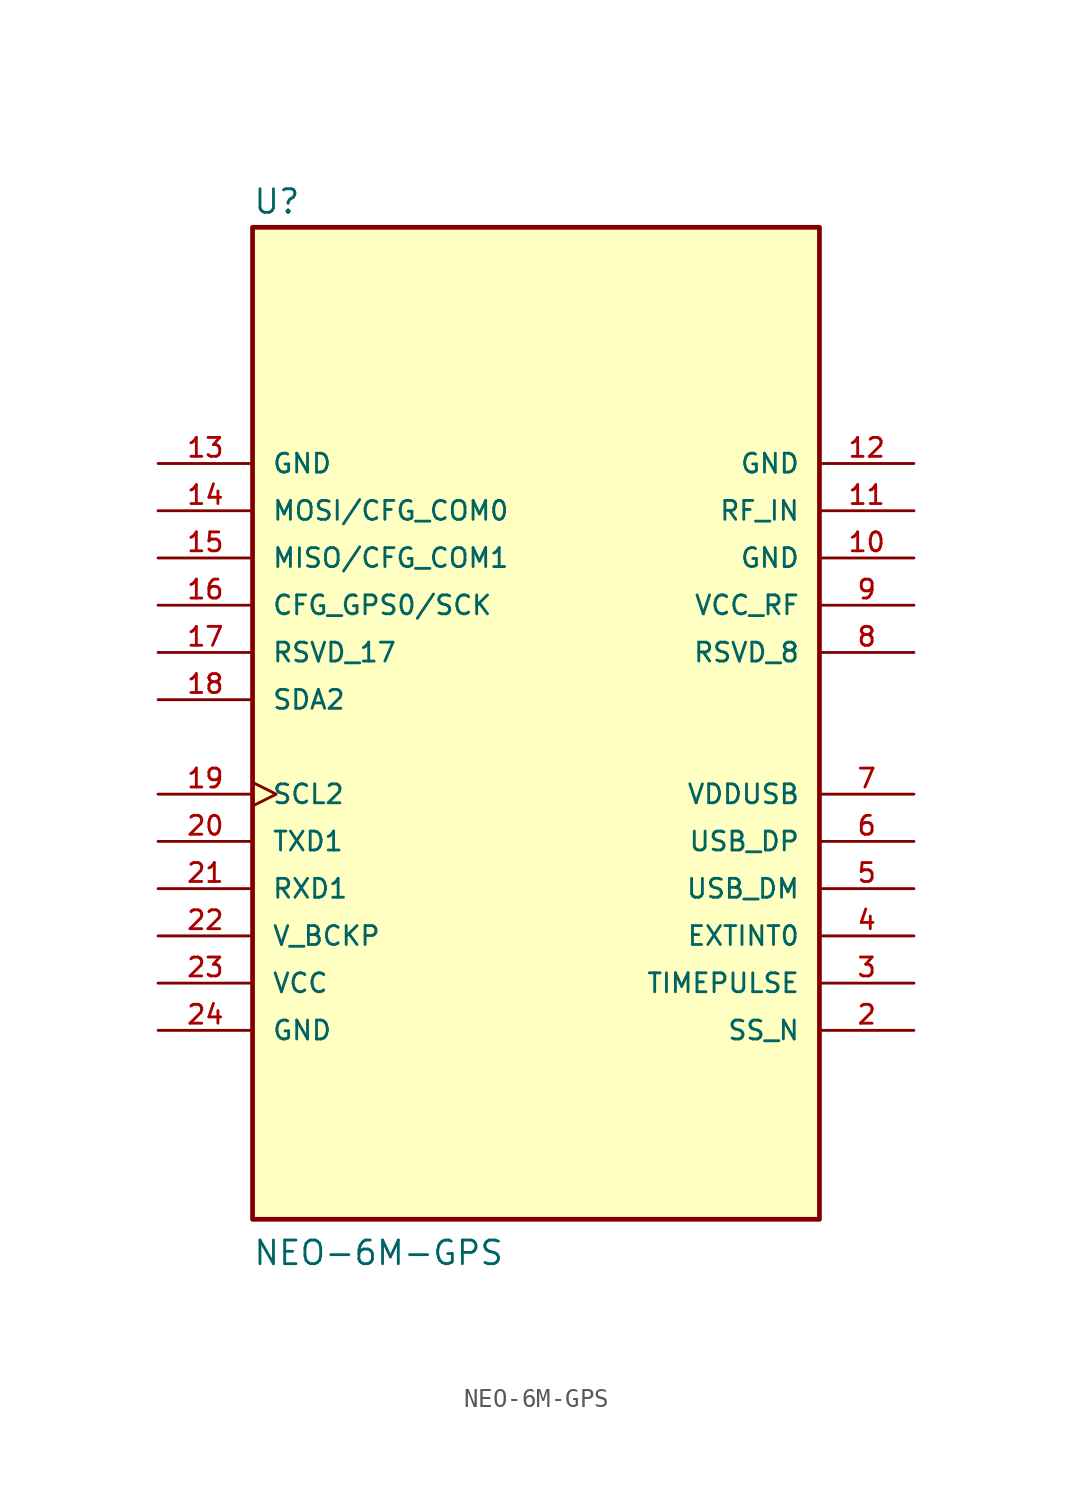
<source format=kicad_sym>
(kicad_symbol_lib
  (version 20231120)
  (generator "kicad_symbol_editor")
  (generator_version "8.0")
  (symbol "NEO-6M-GPS"
    (pin_names
      (offset 1.016))
    (property "Reference" "U"
      (at -15.244 26.041 0)
      (effects (font (size 1.27 1.27)) (justify left bottom)))
    (property "Value" "NEO-6M-GPS"
      (at -15.245 -30.487 0)
      (effects (font (size 1.27 1.27)) (justify left bottom)))
    (symbol "NEO-6M-GPS_0_0"
      (rectangle (start -15.24 -27.94) (end 15.24 25.4) (stroke (width 0.254) (type default)) (fill (type background)))
      (pin power_in line (at 20.32 7.62 180) (length 5.08) (name "GND" (effects (font (size 1.016 1.016)))) (number "10" (effects (font (size 1.016 1.016)))))
      (pin input line (at 20.32 10.16 180) (length 5.08) (name "RF_IN" (effects (font (size 1.016 1.016)))) (number "11" (effects (font (size 1.016 1.016)))))
      (pin power_in line (at 20.32 12.7 180) (length 5.08) (name "GND" (effects (font (size 1.016 1.016)))) (number "12" (effects (font (size 1.016 1.016)))))
      (pin power_in line (at -20.32 12.7 0) (length 5.08) (name "GND" (effects (font (size 1.016 1.016)))) (number "13" (effects (font (size 1.016 1.016)))))
      (pin bidirectional line (at -20.32 10.16 0) (length 5.08) (name "MOSI/CFG_COM0" (effects (font (size 1.016 1.016)))) (number "14" (effects (font (size 1.016 1.016)))))
      (pin input line (at -20.32 7.62 0) (length 5.08) (name "MISO/CFG_COM1" (effects (font (size 1.016 1.016)))) (number "15" (effects (font (size 1.016 1.016)))))
      (pin input line (at -20.32 5.08 0) (length 5.08) (name "CFG_GPS0/SCK" (effects (font (size 1.016 1.016)))) (number "16" (effects (font (size 1.016 1.016)))))
      (pin passive line (at -20.32 2.54 0) (length 5.08) (name "RSVD_17" (effects (font (size 1.016 1.016)))) (number "17" (effects (font (size 1.016 1.016)))))
      (pin bidirectional line (at -20.32 0 0) (length 5.08) (name "SDA2" (effects (font (size 1.016 1.016)))) (number "18" (effects (font (size 1.016 1.016)))))
      (pin bidirectional clock (at -20.32 -5.08 0) (length 5.08) (name "SCL2" (effects (font (size 1.016 1.016)))) (number "19" (effects (font (size 1.016 1.016)))))
      (pin input line (at 20.32 -17.78 180) (length 5.08) (name "SS_N" (effects (font (size 1.016 1.016)))) (number "2" (effects (font (size 1.016 1.016)))))
      (pin output line (at -20.32 -7.62 0) (length 5.08) (name "TXD1" (effects (font (size 1.016 1.016)))) (number "20" (effects (font (size 1.016 1.016)))))
      (pin input line (at -20.32 -10.16 0) (length 5.08) (name "RXD1" (effects (font (size 1.016 1.016)))) (number "21" (effects (font (size 1.016 1.016)))))
      (pin power_in line (at -20.32 -12.7 0) (length 5.08) (name "V_BCKP" (effects (font (size 1.016 1.016)))) (number "22" (effects (font (size 1.016 1.016)))))
      (pin power_in line (at -20.32 -15.24 0) (length 5.08) (name "VCC" (effects (font (size 1.016 1.016)))) (number "23" (effects (font (size 1.016 1.016)))))
      (pin power_in line (at -20.32 -17.78 0) (length 5.08) (name "GND" (effects (font (size 1.016 1.016)))) (number "24" (effects (font (size 1.016 1.016)))))
      (pin output line (at 20.32 -15.24 180) (length 5.08) (name "TIMEPULSE" (effects (font (size 1.016 1.016)))) (number "3" (effects (font (size 1.016 1.016)))))
      (pin input line (at 20.32 -12.7 180) (length 5.08) (name "EXTINT0" (effects (font (size 1.016 1.016)))) (number "4" (effects (font (size 1.016 1.016)))))
      (pin bidirectional line (at 20.32 -10.16 180) (length 5.08) (name "USB_DM" (effects (font (size 1.016 1.016)))) (number "5" (effects (font (size 1.016 1.016)))))
      (pin bidirectional line (at 20.32 -7.62 180) (length 5.08) (name "USB_DP" (effects (font (size 1.016 1.016)))) (number "6" (effects (font (size 1.016 1.016)))))
      (pin power_in line (at 20.32 -5.08 180) (length 5.08) (name "VDDUSB" (effects (font (size 1.016 1.016)))) (number "7" (effects (font (size 1.016 1.016)))))
      (pin passive line (at 20.32 2.54 180) (length 5.08) (name "RSVD_8" (effects (font (size 1.016 1.016)))) (number "8" (effects (font (size 1.016 1.016)))))
      (pin output line (at 20.32 5.08 180) (length 5.08) (name "VCC_RF" (effects (font (size 1.016 1.016)))) (number "9" (effects (font (size 1.016 1.016))))))))
</source>
